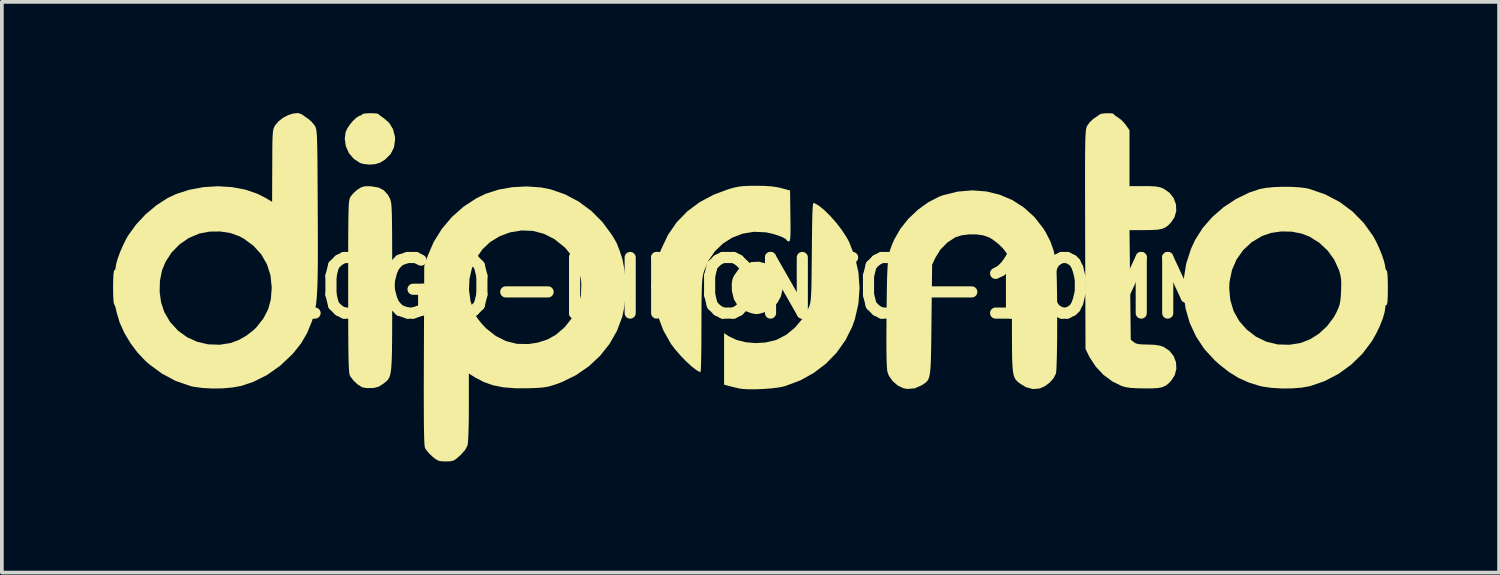
<source format=kicad_pcb>
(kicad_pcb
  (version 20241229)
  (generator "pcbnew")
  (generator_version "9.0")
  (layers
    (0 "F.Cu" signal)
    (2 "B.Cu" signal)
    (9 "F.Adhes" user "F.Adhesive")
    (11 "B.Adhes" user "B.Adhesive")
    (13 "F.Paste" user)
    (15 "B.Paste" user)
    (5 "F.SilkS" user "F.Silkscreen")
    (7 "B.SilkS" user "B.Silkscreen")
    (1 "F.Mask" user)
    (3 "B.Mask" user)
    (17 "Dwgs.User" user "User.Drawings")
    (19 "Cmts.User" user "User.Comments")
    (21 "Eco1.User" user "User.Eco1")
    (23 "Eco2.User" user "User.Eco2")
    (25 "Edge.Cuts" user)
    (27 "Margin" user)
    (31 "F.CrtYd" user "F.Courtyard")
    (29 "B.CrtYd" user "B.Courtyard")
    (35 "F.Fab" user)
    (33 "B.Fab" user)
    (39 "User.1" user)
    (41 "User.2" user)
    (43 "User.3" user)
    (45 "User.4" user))
  (footprint "LOGO-DIPONTO-10MM"
    (layer "F.Cu")
    (at 17.092 4.717)
    (property "Reference" "LOGO-DIPONTO-10MM" (at 0 0 0) (layer "F.SilkS") (effects (font (size 1.5 1.5) (thickness 0.3))))
    (attr board_only exclude_from_pos_files exclude_from_bom)
    (fp_poly (pts (xy 0.541 -0.653) (xy 0.595 -0.628) (xy 0.76 -0.515) (xy 0.876 -0.363) (xy 0.951 -0.164) (xy 0.967 0.034) (xy 0.924 0.227) (xy 0.828 0.402) (xy 0.688 0.545) (xy 0.511 0.645) (xy 0.462 0.662) (xy 0.353 0.693) (xy 0.279 0.705) (xy 0.211 0.701) (xy 0.122 0.681) (xy 0.119 0.68) (xy -0.086 0.602) (xy -0.24 0.479) (xy -0.343 0.31) (xy -0.396 0.097) (xy -0.401 0.035) (xy -0.403 -0.113) (xy -0.387 -0.223) (xy -0.348 -0.322) (xy -0.346 -0.325) (xy -0.22 -0.504) (xy -0.058 -0.629) (xy 0.129 -0.698) (xy 0.332 -0.707)) (stroke (width 0) (type solid)) (fill yes) (layer "F.SilkS"))
    (fp_poly (pts (xy -10.065 -4.712) (xy -9.979 -4.705) (xy -9.933 -4.69) (xy -9.931 -4.687) (xy -9.897 -4.654) (xy -9.826 -4.604) (xy -9.792 -4.582) (xy -9.645 -4.454) (xy -9.541 -4.284) (xy -9.489 -4.087) (xy -9.484 -4.006) (xy -9.514 -3.793) (xy -9.604 -3.612) (xy -9.754 -3.462) (xy -9.892 -3.378) (xy -10.025 -3.338) (xy -10.187 -3.327) (xy -10.346 -3.345) (xy -10.428 -3.371) (xy -10.6 -3.483) (xy -10.731 -3.638) (xy -10.814 -3.824) (xy -10.842 -4.027) (xy -10.819 -4.201) (xy -10.776 -4.298) (xy -10.704 -4.407) (xy -10.617 -4.511) (xy -10.528 -4.594) (xy -10.453 -4.641) (xy -10.429 -4.646) (xy -10.383 -4.664) (xy -10.377 -4.68) (xy -10.347 -4.697) (xy -10.27 -4.708) (xy -10.169 -4.713)) (stroke (width 0) (type solid)) (fill yes) (layer "F.SilkS"))
    (fp_poly (pts (xy 1.815 -2.293) (xy 1.941 -2.223) (xy 2.089 -2.104) (xy 2.247 -1.949) (xy 2.406 -1.77) (xy 2.555 -1.578) (xy 2.683 -1.386) (xy 2.764 -1.238) (xy 2.92 -0.838) (xy 3.014 -0.421) (xy 3.045 0.004) (xy 3.013 0.429) (xy 2.918 0.844) (xy 2.847 1.043) (xy 2.665 1.409) (xy 2.427 1.744) (xy 2.14 2.04) (xy 1.81 2.292) (xy 1.445 2.495) (xy 1.051 2.642) (xy 0.983 2.661) (xy 0.843 2.688) (xy 0.66 2.71) (xy 0.454 2.725) (xy 0.244 2.734) (xy 0.05 2.734) (xy -0.11 2.725) (xy -0.19 2.714) (xy -0.321 2.684) (xy -0.456 2.65) (xy -0.47 2.646) (xy -0.61 2.609) (xy -0.61 1.914) (xy -0.61 1.22) (xy -0.483 1.303) (xy -0.277 1.402) (xy -0.031 1.464) (xy 0.235 1.488) (xy 0.505 1.472) (xy 0.759 1.414) (xy 0.814 1.395) (xy 1.068 1.263) (xy 1.299 1.074) (xy 1.499 0.837) (xy 1.658 0.562) (xy 1.681 0.509) (xy 1.698 0.466) (xy 1.712 0.417) (xy 1.723 0.355) (xy 1.731 0.273) (xy 1.738 0.165) (xy 1.744 0.023) (xy 1.748 -0.16) (xy 1.751 -0.39) (xy 1.754 -0.676) (xy 1.757 -0.978) (xy 1.76 -1.319) (xy 1.763 -1.598) (xy 1.767 -1.82) (xy 1.771 -1.992) (xy 1.777 -2.119) (xy 1.783 -2.207) (xy 1.792 -2.262) (xy 1.802 -2.289) (xy 1.814 -2.294)) (stroke (width 0) (type solid)) (fill yes) (layer "F.SilkS"))
    (fp_poly (pts (xy 0.492 -2.752) (xy 0.68 -2.739) (xy 0.838 -2.715) (xy 0.933 -2.692) (xy 1.17 -2.628) (xy 1.179 -1.941) (xy 1.182 -1.707) (xy 1.182 -1.531) (xy 1.179 -1.407) (xy 1.173 -1.326) (xy 1.164 -1.279) (xy 1.149 -1.258) (xy 1.137 -1.255) (xy 1.091 -1.269) (xy 1.085 -1.282) (xy 1.054 -1.32) (xy 0.972 -1.365) (xy 0.854 -1.412) (xy 0.714 -1.456) (xy 0.569 -1.49) (xy 0.506 -1.501) (xy 0.193 -1.514) (xy -0.107 -1.465) (xy -0.387 -1.358) (xy -0.639 -1.199) (xy -0.855 -0.992) (xy -1.028 -0.743) (xy -1.15 -0.456) (xy -1.169 -0.389) (xy -1.183 -0.323) (xy -1.195 -0.238) (xy -1.204 -0.13) (xy -1.211 0.011) (xy -1.215 0.19) (xy -1.219 0.415) (xy -1.22 0.694) (xy -1.221 1.033) (xy -1.221 1.041) (xy -1.222 1.323) (xy -1.223 1.581) (xy -1.226 1.81) (xy -1.23 2.001) (xy -1.235 2.146) (xy -1.24 2.239) (xy -1.246 2.272) (xy -1.289 2.255) (xy -1.361 2.213) (xy -1.368 2.208) (xy -1.489 2.114) (xy -1.632 1.982) (xy -1.782 1.828) (xy -1.92 1.669) (xy -2.032 1.523) (xy -2.053 1.492) (xy -2.25 1.141) (xy -2.385 0.781) (xy -2.463 0.4) (xy -2.488 0) (xy -2.48 -0.282) (xy -2.453 -0.524) (xy -2.403 -0.753) (xy -2.325 -0.994) (xy -2.301 -1.056) (xy -2.122 -1.433) (xy -1.889 -1.77) (xy -1.604 -2.064) (xy -1.27 -2.313) (xy -0.888 -2.517) (xy -0.485 -2.666) (xy -0.344 -2.706) (xy -0.22 -2.732) (xy -0.09 -2.747) (xy 0.066 -2.754) (xy 0.254 -2.756)) (stroke (width 0) (type solid)) (fill yes) (layer "F.SilkS"))
    (fp_poly (pts (xy -10.13 -2.741) (xy -9.938 -2.71) (xy -9.793 -2.638) (xy -9.683 -2.518) (xy -9.634 -2.431) (xy -9.62 -2.401) (xy -9.608 -2.368) (xy -9.598 -2.329) (xy -9.589 -2.278) (xy -9.582 -2.21) (xy -9.577 -2.119) (xy -9.572 -2.001) (xy -9.569 -1.85) (xy -9.567 -1.662) (xy -9.565 -1.431) (xy -9.564 -1.152) (xy -9.563 -0.82) (xy -9.563 -0.43) (xy -9.563 -0.015) (xy -9.563 0.447) (xy -9.563 0.845) (xy -9.564 1.186) (xy -9.566 1.474) (xy -9.569 1.714) (xy -9.574 1.911) (xy -9.582 2.07) (xy -9.592 2.196) (xy -9.606 2.294) (xy -9.624 2.369) (xy -9.647 2.426) (xy -9.674 2.47) (xy -9.706 2.506) (xy -9.744 2.539) (xy -9.789 2.573) (xy -9.809 2.589) (xy -9.921 2.661) (xy -10.044 2.695) (xy -10.114 2.701) (xy -10.234 2.701) (xy -10.339 2.688) (xy -10.377 2.677) (xy -10.491 2.606) (xy -10.606 2.499) (xy -10.694 2.382) (xy -10.702 2.367) (xy -10.712 2.339) (xy -10.72 2.292) (xy -10.727 2.222) (xy -10.733 2.123) (xy -10.738 1.991) (xy -10.742 1.822) (xy -10.745 1.61) (xy -10.747 1.352) (xy -10.749 1.043) (xy -10.749 0.678) (xy -10.75 0.252) (xy -10.75 -0.041) (xy -10.75 -0.494) (xy -10.75 -0.884) (xy -10.749 -1.216) (xy -10.748 -1.496) (xy -10.746 -1.727) (xy -10.744 -1.915) (xy -10.74 -2.066) (xy -10.736 -2.183) (xy -10.731 -2.272) (xy -10.724 -2.338) (xy -10.715 -2.386) (xy -10.706 -2.42) (xy -10.694 -2.447) (xy -10.683 -2.466) (xy -10.612 -2.553) (xy -10.515 -2.64) (xy -10.481 -2.665) (xy -10.394 -2.716) (xy -10.315 -2.74) (xy -10.213 -2.745)) (stroke (width 0) (type solid)) (fill yes) (layer "F.SilkS"))
    (fp_poly (pts (xy 9.842 -4.709) (xy 9.895 -4.697) (xy 9.902 -4.688) (xy 9.929 -4.656) (xy 9.995 -4.611) (xy 10.012 -4.601) (xy 10.099 -4.537) (xy 10.19 -4.443) (xy 10.224 -4.399) (xy 10.326 -4.256) (xy 10.326 -3.501) (xy 10.326 -2.747) (xy 10.714 -2.747) (xy 10.896 -2.745) (xy 11.026 -2.737) (xy 11.123 -2.722) (xy 11.203 -2.696) (xy 11.248 -2.676) (xy 11.406 -2.567) (xy 11.517 -2.422) (xy 11.579 -2.256) (xy 11.588 -2.08) (xy 11.541 -1.91) (xy 11.455 -1.777) (xy 11.374 -1.692) (xy 11.295 -1.633) (xy 11.203 -1.594) (xy 11.086 -1.572) (xy 10.927 -1.562) (xy 10.743 -1.56) (xy 10.326 -1.56) (xy 10.343 -0.082) (xy 10.36 1.396) (xy 10.44 1.461) (xy 10.495 1.495) (xy 10.569 1.515) (xy 10.68 1.524) (xy 10.813 1.527) (xy 11.003 1.534) (xy 11.144 1.556) (xy 11.246 1.591) (xy 11.404 1.696) (xy 11.517 1.838) (xy 11.58 2.003) (xy 11.591 2.179) (xy 11.547 2.351) (xy 11.456 2.495) (xy 11.376 2.579) (xy 11.299 2.638) (xy 11.21 2.677) (xy 11.097 2.699) (xy 10.945 2.709) (xy 10.739 2.711) (xy 10.726 2.71) (xy 10.513 2.706) (xy 10.353 2.696) (xy 10.228 2.677) (xy 10.123 2.648) (xy 10.115 2.645) (xy 9.863 2.522) (xy 9.625 2.345) (xy 9.418 2.125) (xy 9.254 1.877) (xy 9.234 1.838) (xy 9.139 1.645) (xy 9.13 -1.306) (xy 9.129 -1.821) (xy 9.128 -2.274) (xy 9.127 -2.667) (xy 9.127 -3.005) (xy 9.127 -3.293) (xy 9.128 -3.535) (xy 9.13 -3.736) (xy 9.132 -3.899) (xy 9.136 -4.029) (xy 9.14 -4.131) (xy 9.146 -4.209) (xy 9.152 -4.267) (xy 9.16 -4.309) (xy 9.169 -4.34) (xy 9.18 -4.365) (xy 9.185 -4.375) (xy 9.258 -4.475) (xy 9.352 -4.562) (xy 9.363 -4.569) (xy 9.447 -4.626) (xy 9.51 -4.672) (xy 9.519 -4.679) (xy 9.57 -4.698) (xy 9.656 -4.709) (xy 9.754 -4.713)) (stroke (width 0) (type solid)) (fill yes) (layer "F.SilkS"))
    (fp_poly (pts (xy 14.695 -2.727) (xy 14.92 -2.713) (xy 15.108 -2.688) (xy 15.176 -2.672) (xy 15.605 -2.523) (xy 15.993 -2.32) (xy 16.338 -2.065) (xy 16.64 -1.758) (xy 16.892 -1.408) (xy 16.976 -1.256) (xy 17.058 -1.082) (xy 17.13 -0.904) (xy 17.187 -0.738) (xy 17.221 -0.603) (xy 17.227 -0.541) (xy 17.242 -0.487) (xy 17.261 -0.475) (xy 17.275 -0.442) (xy 17.286 -0.348) (xy 17.293 -0.198) (xy 17.295 -0.000064) (xy 17.295 0.002) (xy 17.293 0.209) (xy 17.286 0.355) (xy 17.275 0.439) (xy 17.261 0.458) (xy 17.235 0.469) (xy 17.227 0.515) (xy 17.208 0.654) (xy 17.156 0.831) (xy 17.078 1.03) (xy 16.979 1.235) (xy 16.868 1.43) (xy 16.861 1.441) (xy 16.608 1.776) (xy 16.305 2.071) (xy 15.962 2.319) (xy 15.588 2.514) (xy 15.196 2.649) (xy 14.972 2.689) (xy 14.707 2.71) (xy 14.426 2.712) (xy 14.152 2.695) (xy 13.91 2.66) (xy 13.837 2.643) (xy 13.534 2.548) (xy 13.262 2.425) (xy 13.004 2.265) (xy 12.742 2.058) (xy 12.625 1.952) (xy 12.345 1.649) (xy 12.121 1.31) (xy 11.951 0.945) (xy 11.839 0.558) (xy 11.785 0.159) (xy 11.787 0) (xy 13.016 0) (xy 13.045 0.327) (xy 13.135 0.625) (xy 13.285 0.893) (xy 13.484 1.12) (xy 13.738 1.315) (xy 14.019 1.451) (xy 14.322 1.524) (xy 14.64 1.533) (xy 14.938 1.485) (xy 15.192 1.389) (xy 15.435 1.235) (xy 15.652 1.035) (xy 15.831 0.799) (xy 15.904 0.668) (xy 15.958 0.551) (xy 15.993 0.451) (xy 16.014 0.343) (xy 16.027 0.206) (xy 16.033 0.087) (xy 16.038 -0.089) (xy 16.034 -0.22) (xy 16.018 -0.331) (xy 15.988 -0.445) (xy 15.974 -0.488) (xy 15.848 -0.763) (xy 15.669 -1.01) (xy 15.445 -1.219) (xy 15.189 -1.38) (xy 14.978 -1.464) (xy 14.707 -1.518) (xy 14.422 -1.524) (xy 14.145 -1.484) (xy 13.899 -1.4) (xy 13.622 -1.234) (xy 13.393 -1.021) (xy 13.214 -0.769) (xy 13.09 -0.482) (xy 13.025 -0.168) (xy 13.016 0) (xy 11.787 0) (xy 11.79 -0.247) (xy 11.855 -0.652) (xy 11.982 -1.049) (xy 12.097 -1.297) (xy 12.3 -1.617) (xy 12.559 -1.913) (xy 12.863 -2.177) (xy 13.2 -2.4) (xy 13.561 -2.575) (xy 13.836 -2.667) (xy 14.004 -2.699) (xy 14.217 -2.72) (xy 14.454 -2.729)) (stroke (width 0) (type solid)) (fill yes) (layer "F.SilkS"))
    (fp_poly (pts (xy 6.465 -2.603) (xy 6.828 -2.514) (xy 7.169 -2.368) (xy 7.482 -2.166) (xy 7.762 -1.911) (xy 8.001 -1.605) (xy 8.069 -1.495) (xy 8.191 -1.257) (xy 8.277 -1.016) (xy 8.336 -0.741) (xy 8.341 -0.712) (xy 8.35 -0.622) (xy 8.357 -0.476) (xy 8.363 -0.285) (xy 8.368 -0.056) (xy 8.372 0.201) (xy 8.374 0.477) (xy 8.375 0.762) (xy 8.375 1.049) (xy 8.374 1.327) (xy 8.371 1.589) (xy 8.367 1.823) (xy 8.361 2.023) (xy 8.355 2.178) (xy 8.347 2.28) (xy 8.341 2.311) (xy 8.278 2.436) (xy 8.169 2.557) (xy 8.034 2.656) (xy 7.903 2.712) (xy 7.718 2.728) (xy 7.533 2.677) (xy 7.383 2.586) (xy 7.329 2.545) (xy 7.284 2.505) (xy 7.248 2.462) (xy 7.22 2.407) (xy 7.197 2.335) (xy 7.181 2.239) (xy 7.17 2.113) (xy 7.162 1.95) (xy 7.158 1.743) (xy 7.156 1.487) (xy 7.155 1.175) (xy 7.155 0.89) (xy 7.155 0.517) (xy 7.153 0.207) (xy 7.15 -0.047) (xy 7.145 -0.25) (xy 7.139 -0.407) (xy 7.131 -0.523) (xy 7.12 -0.604) (xy 7.11 -0.647) (xy 7.082 -0.742) (xy 7.064 -0.809) (xy 7.06 -0.823) (xy 7.011 -0.936) (xy 6.915 -1.064) (xy 6.784 -1.193) (xy 6.632 -1.308) (xy 6.538 -1.363) (xy 6.385 -1.417) (xy 6.194 -1.444) (xy 5.988 -1.444) (xy 5.791 -1.418) (xy 5.628 -1.366) (xy 5.623 -1.363) (xy 5.41 -1.223) (xy 5.226 -1.035) (xy 5.092 -0.819) (xy 5.002 -0.627) (xy 4.985 0.866) (xy 4.981 1.237) (xy 4.977 1.545) (xy 4.972 1.798) (xy 4.966 2.002) (xy 4.957 2.163) (xy 4.945 2.288) (xy 4.928 2.381) (xy 4.906 2.451) (xy 4.878 2.502) (xy 4.842 2.541) (xy 4.799 2.575) (xy 4.746 2.609) (xy 4.721 2.625) (xy 4.534 2.708) (xy 4.337 2.725) (xy 4.228 2.705) (xy 4.078 2.635) (xy 3.942 2.518) (xy 3.838 2.374) (xy 3.799 2.275) (xy 3.788 2.211) (xy 3.78 2.106) (xy 3.774 1.956) (xy 3.77 1.757) (xy 3.768 1.503) (xy 3.769 1.192) (xy 3.772 0.818) (xy 3.773 0.698) (xy 3.777 0.328) (xy 3.781 0.018) (xy 3.786 -0.239) (xy 3.794 -0.451) (xy 3.804 -0.623) (xy 3.817 -0.765) (xy 3.835 -0.883) (xy 3.857 -0.985) (xy 3.886 -1.078) (xy 3.921 -1.17) (xy 3.963 -1.267) (xy 3.983 -1.311) (xy 4.145 -1.595) (xy 4.359 -1.863) (xy 4.612 -2.104) (xy 4.891 -2.307) (xy 5.183 -2.459) (xy 5.301 -2.502) (xy 5.695 -2.599) (xy 6.085 -2.632)) (stroke (width 0) (type solid)) (fill yes) (layer "F.SilkS"))
    (fp_poly (pts (xy -5.559 -2.712) (xy -5.29 -2.66) (xy -4.897 -2.523) (xy -4.528 -2.327) (xy -4.19 -2.076) (xy -3.891 -1.776) (xy -3.638 -1.433) (xy -3.618 -1.401) (xy -3.557 -1.297) (xy -3.512 -1.218) (xy -3.493 -1.179) (xy -3.493 -1.178) (xy -3.481 -1.139) (xy -3.45 -1.062) (xy -3.436 -1.03) (xy -3.352 -0.776) (xy -3.295 -0.478) (xy -3.266 -0.155) (xy -3.267 0.175) (xy -3.297 0.493) (xy -3.356 0.775) (xy -3.499 1.157) (xy -3.701 1.511) (xy -3.956 1.832) (xy -4.259 2.114) (xy -4.604 2.352) (xy -4.986 2.54) (xy -5.113 2.588) (xy -5.243 2.631) (xy -5.357 2.662) (xy -5.474 2.682) (xy -5.612 2.695) (xy -5.791 2.703) (xy -5.883 2.706) (xy -6.252 2.706) (xy -6.569 2.68) (xy -6.845 2.625) (xy -7.09 2.539) (xy -7.317 2.42) (xy -7.335 2.409) (xy -7.495 2.308) (xy -7.495 3.214) (xy -7.496 3.473) (xy -7.5 3.711) (xy -7.506 3.917) (xy -7.513 4.082) (xy -7.522 4.197) (xy -7.53 4.245) (xy -7.593 4.368) (xy -7.714 4.504) (xy -7.737 4.525) (xy -7.832 4.608) (xy -7.904 4.654) (xy -7.979 4.674) (xy -8.081 4.68) (xy -8.117 4.68) (xy -8.239 4.676) (xy -8.323 4.657) (xy -8.4 4.612) (xy -8.482 4.545) (xy -8.574 4.456) (xy -8.648 4.366) (xy -8.678 4.315) (xy -8.686 4.276) (xy -8.693 4.2) (xy -8.699 4.083) (xy -8.703 3.922) (xy -8.707 3.713) (xy -8.709 3.454) (xy -8.71 3.14) (xy -8.711 2.769) (xy -8.71 2.337) (xy -8.708 1.841) (xy -8.708 1.813) (xy -8.701 0.054) (xy -7.491 0.054) (xy -7.449 0.358) (xy -7.349 0.659) (xy -7.308 0.746) (xy -7.245 0.844) (xy -7.149 0.963) (xy -7.041 1.079) (xy -7.024 1.095) (xy -6.768 1.297) (xy -6.491 1.435) (xy -6.197 1.508) (xy -5.886 1.514) (xy -5.632 1.474) (xy -5.373 1.39) (xy -5.148 1.264) (xy -4.937 1.084) (xy -4.885 1.03) (xy -4.681 0.769) (xy -4.543 0.488) (xy -4.469 0.189) (xy -4.461 -0.125) (xy -4.476 -0.25) (xy -4.55 -0.547) (xy -4.679 -0.809) (xy -4.867 -1.049) (xy -4.931 -1.113) (xy -5.189 -1.318) (xy -5.469 -1.46) (xy -5.766 -1.538) (xy -6.073 -1.551) (xy -6.386 -1.498) (xy -6.666 -1.394) (xy -6.919 -1.24) (xy -7.13 -1.04) (xy -7.294 -0.802) (xy -7.411 -0.535) (xy -7.478 -0.247) (xy -7.491 0.054) (xy -8.701 0.054) (xy -8.698 -0.593) (xy -8.61 -0.853) (xy -8.444 -1.239) (xy -8.221 -1.596) (xy -7.949 -1.917) (xy -7.635 -2.195) (xy -7.286 -2.422) (xy -7.041 -2.54) (xy -6.698 -2.651) (xy -6.323 -2.718) (xy -5.937 -2.738)) (stroke (width 0) (type solid)) (fill yes) (layer "F.SilkS"))
    (fp_poly (pts (xy -12 -4.683) (xy -11.995 -4.679) (xy -11.941 -4.639) (xy -11.859 -4.583) (xy -11.837 -4.569) (xy -11.74 -4.486) (xy -11.657 -4.386) (xy -11.651 -4.375) (xy -11.636 -4.349) (xy -11.624 -4.32) (xy -11.614 -4.283) (xy -11.606 -4.232) (xy -11.598 -4.163) (xy -11.592 -4.069) (xy -11.588 -3.947) (xy -11.584 -3.79) (xy -11.581 -3.594) (xy -11.578 -3.353) (xy -11.576 -3.062) (xy -11.574 -2.716) (xy -11.572 -2.31) (xy -11.571 -2.103) (xy -11.569 -1.625) (xy -11.568 -1.209) (xy -11.568 -0.851) (xy -11.57 -0.543) (xy -11.574 -0.281) (xy -11.58 -0.059) (xy -11.589 0.128) (xy -11.6 0.286) (xy -11.614 0.421) (xy -11.632 0.538) (xy -11.653 0.643) (xy -11.679 0.741) (xy -11.708 0.838) (xy -11.731 0.908) (xy -11.86 1.222) (xy -12.021 1.497) (xy -12.23 1.759) (xy -12.259 1.791) (xy -12.585 2.099) (xy -12.938 2.348) (xy -13.313 2.536) (xy -13.646 2.645) (xy -13.873 2.686) (xy -14.137 2.709) (xy -14.416 2.713) (xy -14.686 2.698) (xy -14.924 2.665) (xy -15.006 2.646) (xy -15.403 2.509) (xy -15.773 2.312) (xy -16.124 2.053) (xy -16.22 1.967) (xy -16.432 1.744) (xy -16.626 1.485) (xy -16.79 1.208) (xy -16.916 0.929) (xy -16.994 0.665) (xy -16.997 0.65) (xy -17.021 0.542) (xy -17.046 0.466) (xy -17.064 0.441) (xy -17.074 0.409) (xy -17.082 0.322) (xy -17.089 0.191) (xy -17.09 0.103) (xy -15.836 0.103) (xy -15.797 0.39) (xy -15.711 0.648) (xy -15.709 0.654) (xy -15.549 0.925) (xy -15.342 1.15) (xy -15.098 1.328) (xy -14.823 1.453) (xy -14.525 1.522) (xy -14.212 1.532) (xy -13.921 1.486) (xy -13.704 1.406) (xy -13.485 1.28) (xy -13.288 1.125) (xy -13.222 1.058) (xy -13.036 0.822) (xy -12.91 0.578) (xy -12.837 0.313) (xy -12.813 0.011) (xy -12.813 -0.019) (xy -12.846 -0.34) (xy -12.94 -0.636) (xy -13.093 -0.903) (xy -13.302 -1.135) (xy -13.562 -1.327) (xy -13.689 -1.396) (xy -13.93 -1.482) (xy -14.203 -1.523) (xy -14.486 -1.52) (xy -14.757 -1.469) (xy -14.774 -1.464) (xy -15.052 -1.346) (xy -15.301 -1.173) (xy -15.514 -0.955) (xy -15.678 -0.702) (xy -15.772 -0.472) (xy -15.828 -0.192) (xy -15.836 0.103) (xy -17.09 0.103) (xy -17.091 0.03) (xy -17.092 -0.017) (xy -17.089 -0.21) (xy -17.082 -0.355) (xy -17.071 -0.446) (xy -17.058 -0.475) (xy -17.03 -0.503) (xy -17.024 -0.541) (xy -17.008 -0.648) (xy -16.965 -0.798) (xy -16.901 -0.971) (xy -16.823 -1.151) (xy -16.739 -1.321) (xy -16.685 -1.414) (xy -16.47 -1.712) (xy -16.212 -1.988) (xy -15.923 -2.23) (xy -15.618 -2.426) (xy -15.397 -2.531) (xy -15.034 -2.649) (xy -14.653 -2.719) (xy -14.266 -2.743) (xy -13.886 -2.72) (xy -13.524 -2.652) (xy -13.193 -2.538) (xy -12.984 -2.431) (xy -12.802 -2.322) (xy -12.798 -3.293) (xy -12.797 -3.576) (xy -12.796 -3.799) (xy -12.793 -3.971) (xy -12.788 -4.1) (xy -12.781 -4.194) (xy -12.772 -4.262) (xy -12.758 -4.311) (xy -12.741 -4.351) (xy -12.721 -4.386) (xy -12.627 -4.497) (xy -12.502 -4.592) (xy -12.361 -4.665) (xy -12.22 -4.708) (xy -12.095 -4.717)) (stroke (width 0) (type solid)) (fill yes) (layer "F.SilkS")))
  (gr_rect
    (start -3 -3)
    (end 37.387 12.396)
    (stroke (width 0.1) (type default))
    (fill no)
    (layer "Edge.Cuts")))
</source>
